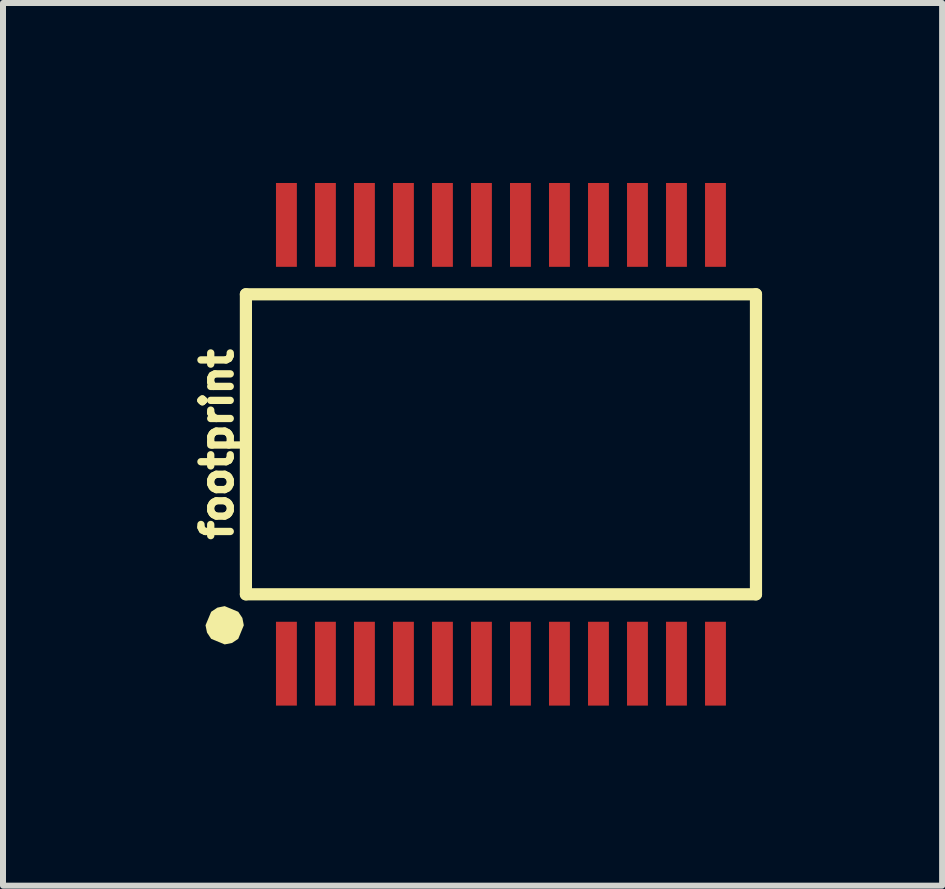
<source format=kicad_pcb>
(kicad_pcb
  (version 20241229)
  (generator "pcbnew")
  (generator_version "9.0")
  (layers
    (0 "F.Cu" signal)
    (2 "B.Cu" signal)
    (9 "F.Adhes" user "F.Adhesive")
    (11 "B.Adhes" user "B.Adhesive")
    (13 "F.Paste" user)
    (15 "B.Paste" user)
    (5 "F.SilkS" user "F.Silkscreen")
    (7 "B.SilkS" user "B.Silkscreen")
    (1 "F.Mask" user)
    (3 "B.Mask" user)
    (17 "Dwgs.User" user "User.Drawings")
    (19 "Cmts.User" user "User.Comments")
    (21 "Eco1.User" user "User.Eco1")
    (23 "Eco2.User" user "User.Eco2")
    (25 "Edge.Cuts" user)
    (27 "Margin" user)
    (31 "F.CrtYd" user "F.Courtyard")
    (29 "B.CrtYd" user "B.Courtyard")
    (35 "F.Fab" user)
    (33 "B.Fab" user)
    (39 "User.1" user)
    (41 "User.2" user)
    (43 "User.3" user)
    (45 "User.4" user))
  (footprint "footprint"
    (layer "F.Cu")
    (at 5.298 4.354)
    (property "Reference" "footprint" (at -4.445 0 90) (layer "F.SilkS") (effects (font (size 0.488 0.488) (thickness 0.122)) (justify bottom)))
    (fp_line (start -4.25 -2.5) (end 4.25 -2.5) (stroke (width 0.203) (type solid)) (layer "F.SilkS"))
    (fp_line (start -4.25 2.5) (end -4.25 -2.5) (stroke (width 0.203) (type solid)) (layer "F.SilkS"))
    (fp_line (start 4.25 -2.5) (end 4.25 2.5) (stroke (width 0.203) (type solid)) (layer "F.SilkS"))
    (fp_line (start 4.25 2.5) (end -4.25 2.5) (stroke (width 0.203) (type solid)) (layer "F.SilkS"))
    (fp_poly (pts (xy -4.378 2.791) (xy -4.309 2.894) (xy -4.285 3.016) (xy -4.378 3.242) (xy -4.482 3.311) (xy -4.604 3.335) (xy -4.829 3.242) (xy -4.898 3.138) (xy -4.923 3.016) (xy -4.829 2.791) (xy -4.726 2.722) (xy -4.604 2.697)) (stroke (width 0) (type solid)) (fill yes) (layer "F.SilkS"))
    (pad "1" smd rect (at -3.575 3.656) (size 0.348 1.397) (layers "F.Cu" "F.Mask" "F.Paste"))
    (pad "2" smd rect (at -2.925 3.656) (size 0.348 1.397) (layers "F.Cu" "F.Mask" "F.Paste"))
    (pad "3" smd rect (at -2.275 3.656) (size 0.348 1.397) (layers "F.Cu" "F.Mask" "F.Paste"))
    (pad "4" smd rect (at -1.625 3.656) (size 0.348 1.397) (layers "F.Cu" "F.Mask" "F.Paste"))
    (pad "5" smd rect (at -0.975 3.656) (size 0.348 1.397) (layers "F.Cu" "F.Mask" "F.Paste"))
    (pad "6" smd rect (at -0.325 3.656) (size 0.348 1.397) (layers "F.Cu" "F.Mask" "F.Paste"))
    (pad "7" smd rect (at 0.325 3.656) (size 0.348 1.397) (layers "F.Cu" "F.Mask" "F.Paste"))
    (pad "8" smd rect (at 0.975 3.656) (size 0.348 1.397) (layers "F.Cu" "F.Mask" "F.Paste"))
    (pad "9" smd rect (at 1.625 3.656) (size 0.348 1.397) (layers "F.Cu" "F.Mask" "F.Paste"))
    (pad "10" smd rect (at 2.275 3.656) (size 0.348 1.397) (layers "F.Cu" "F.Mask" "F.Paste"))
    (pad "11" smd rect (at 2.925 3.656) (size 0.348 1.397) (layers "F.Cu" "F.Mask" "F.Paste"))
    (pad "12" smd rect (at 3.575 3.656) (size 0.348 1.397) (layers "F.Cu" "F.Mask" "F.Paste"))
    (pad "13" smd rect (at 3.575 -3.656 180) (size 0.348 1.397) (layers "F.Cu" "F.Mask" "F.Paste"))
    (pad "14" smd rect (at 2.925 -3.656 180) (size 0.348 1.397) (layers "F.Cu" "F.Mask" "F.Paste"))
    (pad "15" smd rect (at 2.275 -3.656) (size 0.348 1.397) (layers "F.Cu" "F.Mask" "F.Paste"))
    (pad "16" smd rect (at 1.625 -3.656) (size 0.348 1.397) (layers "F.Cu" "F.Mask" "F.Paste"))
    (pad "17" smd rect (at 0.975 -3.656) (size 0.348 1.397) (layers "F.Cu" "F.Mask" "F.Paste"))
    (pad "18" smd rect (at 0.325 -3.656) (size 0.348 1.397) (layers "F.Cu" "F.Mask" "F.Paste"))
    (pad "19" smd rect (at -0.325 -3.656) (size 0.348 1.397) (layers "F.Cu" "F.Mask" "F.Paste"))
    (pad "20" smd rect (at -0.975 -3.656) (size 0.348 1.397) (layers "F.Cu" "F.Mask" "F.Paste"))
    (pad "21" smd rect (at -1.625 -3.656) (size 0.348 1.397) (layers "F.Cu" "F.Mask" "F.Paste"))
    (pad "22" smd rect (at -2.275 -3.656) (size 0.348 1.397) (layers "F.Cu" "F.Mask" "F.Paste"))
    (pad "23" smd rect (at -2.925 -3.656) (size 0.348 1.397) (layers "F.Cu" "F.Mask" "F.Paste"))
    (pad "24" smd rect (at -3.575 -3.656) (size 0.348 1.397) (layers "F.Cu" "F.Mask" "F.Paste")))
  (gr_rect
    (start -3 -3)
    (end 12.65 11.709)
    (stroke (width 0.1) (type default))
    (fill no)
    (layer "Edge.Cuts")))
</source>
